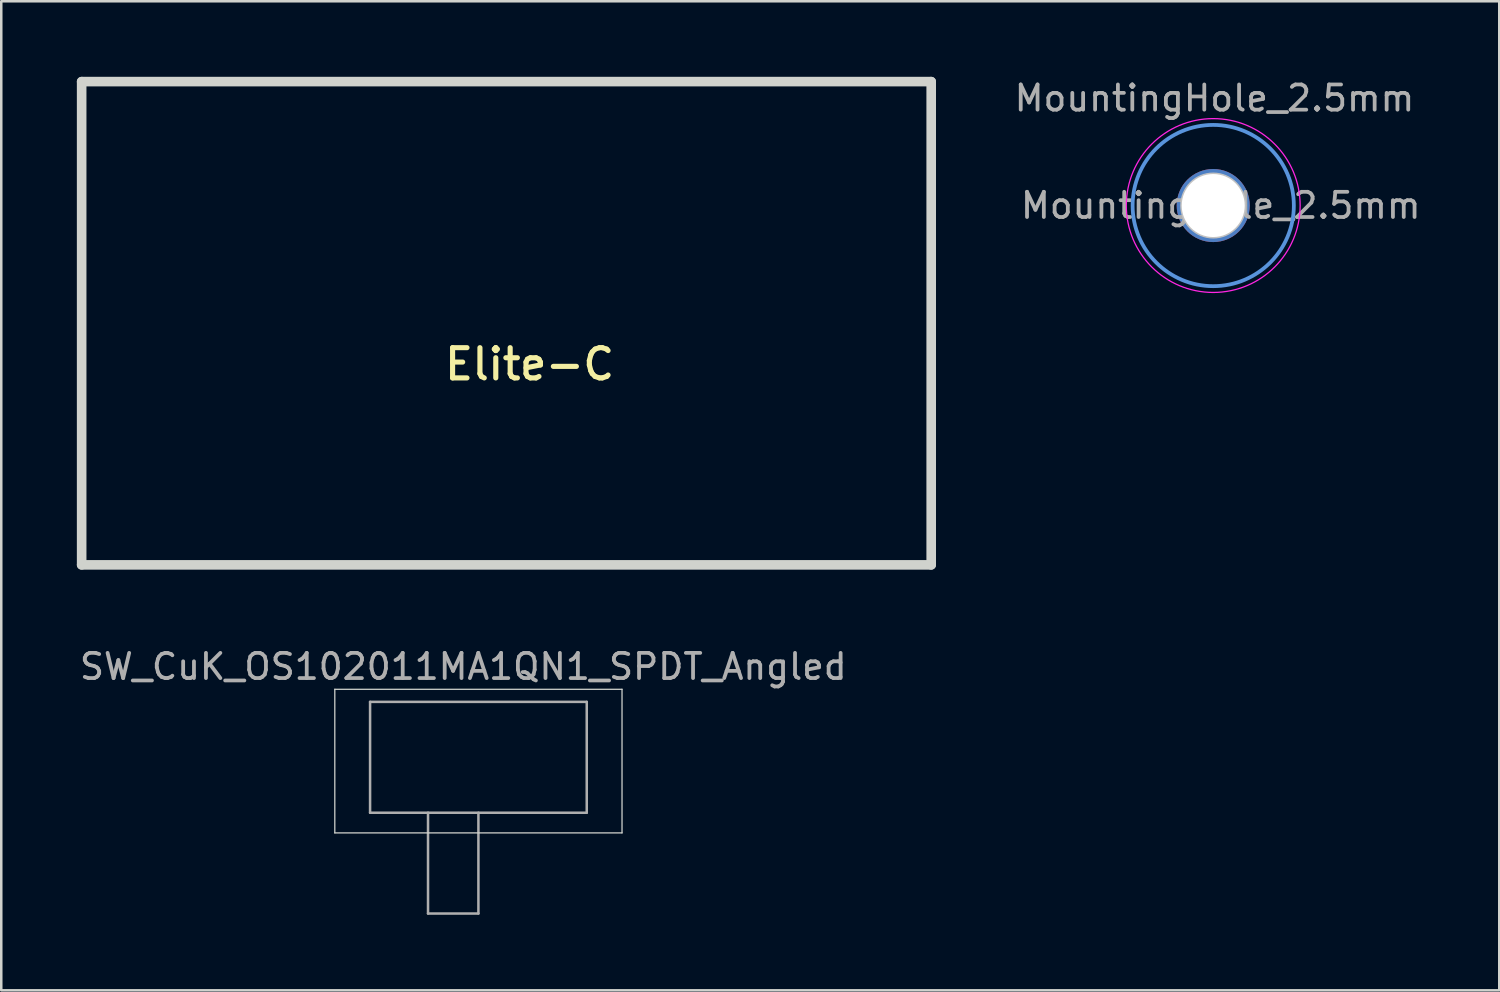
<source format=kicad_pcb>
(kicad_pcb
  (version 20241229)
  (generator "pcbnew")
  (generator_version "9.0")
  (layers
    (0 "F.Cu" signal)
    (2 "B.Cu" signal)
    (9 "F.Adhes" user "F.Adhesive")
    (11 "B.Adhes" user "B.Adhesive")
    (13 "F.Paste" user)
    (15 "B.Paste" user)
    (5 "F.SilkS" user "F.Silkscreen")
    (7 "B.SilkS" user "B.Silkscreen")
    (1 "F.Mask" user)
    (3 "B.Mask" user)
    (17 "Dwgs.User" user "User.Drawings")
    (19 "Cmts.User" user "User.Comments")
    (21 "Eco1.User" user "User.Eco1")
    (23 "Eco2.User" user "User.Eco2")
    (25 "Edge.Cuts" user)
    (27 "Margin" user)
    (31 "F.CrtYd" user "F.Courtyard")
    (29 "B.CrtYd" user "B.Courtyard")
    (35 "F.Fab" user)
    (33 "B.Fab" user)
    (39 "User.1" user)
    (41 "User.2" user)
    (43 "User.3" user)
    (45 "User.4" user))
  (footprint "Elite-C"
    (layer "F.Cu")
    (at 17.971 9.78)
    (property "Reference" "Elite-C" (at 0 1.625 0) (layer "F.SilkS") (effects (font (size 1.2 1.2) (thickness 0.203))))
    (attr through_hole)
    (fp_line (start -17.78 -9.59) (end -17.78 9.59) (stroke (width 0.381) (type solid)) (layer "Edge.Cuts"))
    (fp_line (start -17.78 9.59) (end 15.94 9.59) (stroke (width 0.381) (type solid)) (layer "Edge.Cuts"))
    (fp_line (start 15.94 -9.59) (end -17.78 -9.59) (stroke (width 0.381) (type solid)) (layer "Edge.Cuts"))
    (fp_line (start 15.94 9.59) (end 15.94 -9.59) (stroke (width 0.381) (type solid)) (layer "Edge.Cuts")))
  (footprint "SW_CuK_OS102011MA1QN1_SPDT_Angled"
    (layer "F.Cu")
    (at 13.939 27.009)
    (property "Reference" "SW_CuK_OS102011MA1QN1_SPDT_Angled" (at 1.4 -3.6 0) (layer "F.Fab") (effects (font (size 1 1) (thickness 0.15))))
    (attr through_hole)
    (fp_line (start -3.7 -2.7) (end 7.7 -2.7) (stroke (width 0.05) (type solid)) (layer "Edge.Cuts"))
    (fp_line (start -3.7 3) (end -3.7 -2.7) (stroke (width 0.05) (type solid)) (layer "Edge.Cuts"))
    (fp_line (start 7.7 -2.7) (end 7.7 3) (stroke (width 0.05) (type solid)) (layer "Edge.Cuts"))
    (fp_line (start 7.7 3) (end -3.7 3) (stroke (width 0.05) (type solid)) (layer "Edge.Cuts"))
    (fp_line (start -2.3 -2.2) (end -2.3 2.2) (stroke (width 0.1) (type solid)) (layer "F.Fab"))
    (fp_line (start -2.3 -2.2) (end 6.3 -2.2) (stroke (width 0.1) (type solid)) (layer "F.Fab"))
    (fp_line (start -2.3 2.2) (end 6.3 2.2) (stroke (width 0.1) (type solid)) (layer "F.Fab"))
    (fp_line (start 0 6.2) (end 0 2.2) (stroke (width 0.1) (type solid)) (layer "F.Fab"))
    (fp_line (start 2 2.2) (end 2 6.2) (stroke (width 0.1) (type solid)) (layer "F.Fab"))
    (fp_line (start 2 6.2) (end 0 6.2) (stroke (width 0.1) (type solid)) (layer "F.Fab"))
    (fp_line (start 6.3 2.2) (end 6.3 -2.2) (stroke (width 0.1) (type solid)) (layer "F.Fab")))
  (footprint "MountingHole_2.5mm"
    (layer "F.Cu")
    (at 45.105 5.108)
    (property "Reference" "MountingHole_2.5mm" (at 0.05 -4.26 0) (layer "F.Fab") (effects (font (size 1 1) (thickness 0.15))))
    (attr exclude_from_pos_files exclude_from_bom)
    (fp_circle (center 0 0) (end 1.25 0) (stroke (width 0.12) (type solid)) (fill no) (layer "Dwgs.User"))
    (fp_circle (center 0 0) (end 3.2 0) (stroke (width 0.15) (type solid)) (fill no) (layer "Cmts.User"))
    (fp_circle (center 0 0) (end 3.45 0) (stroke (width 0.05) (type solid)) (fill no) (layer "F.CrtYd"))
    (fp_text user "${REFERENCE}" (at 0.3 0 0) (layer "F.Fab") (effects (font (size 1 1) (thickness 0.15))))
    (pad "" np_thru_hole circle (at 0 0) (size 2.9 2.9) (drill 2.5) (layers "*.Cu" "*.Mask")))
  (gr_rect
    (start -3 -3)
    (end 56.458 36.259)
    (stroke (width 0.1) (type default))
    (fill no)
    (layer "Edge.Cuts")))
</source>
